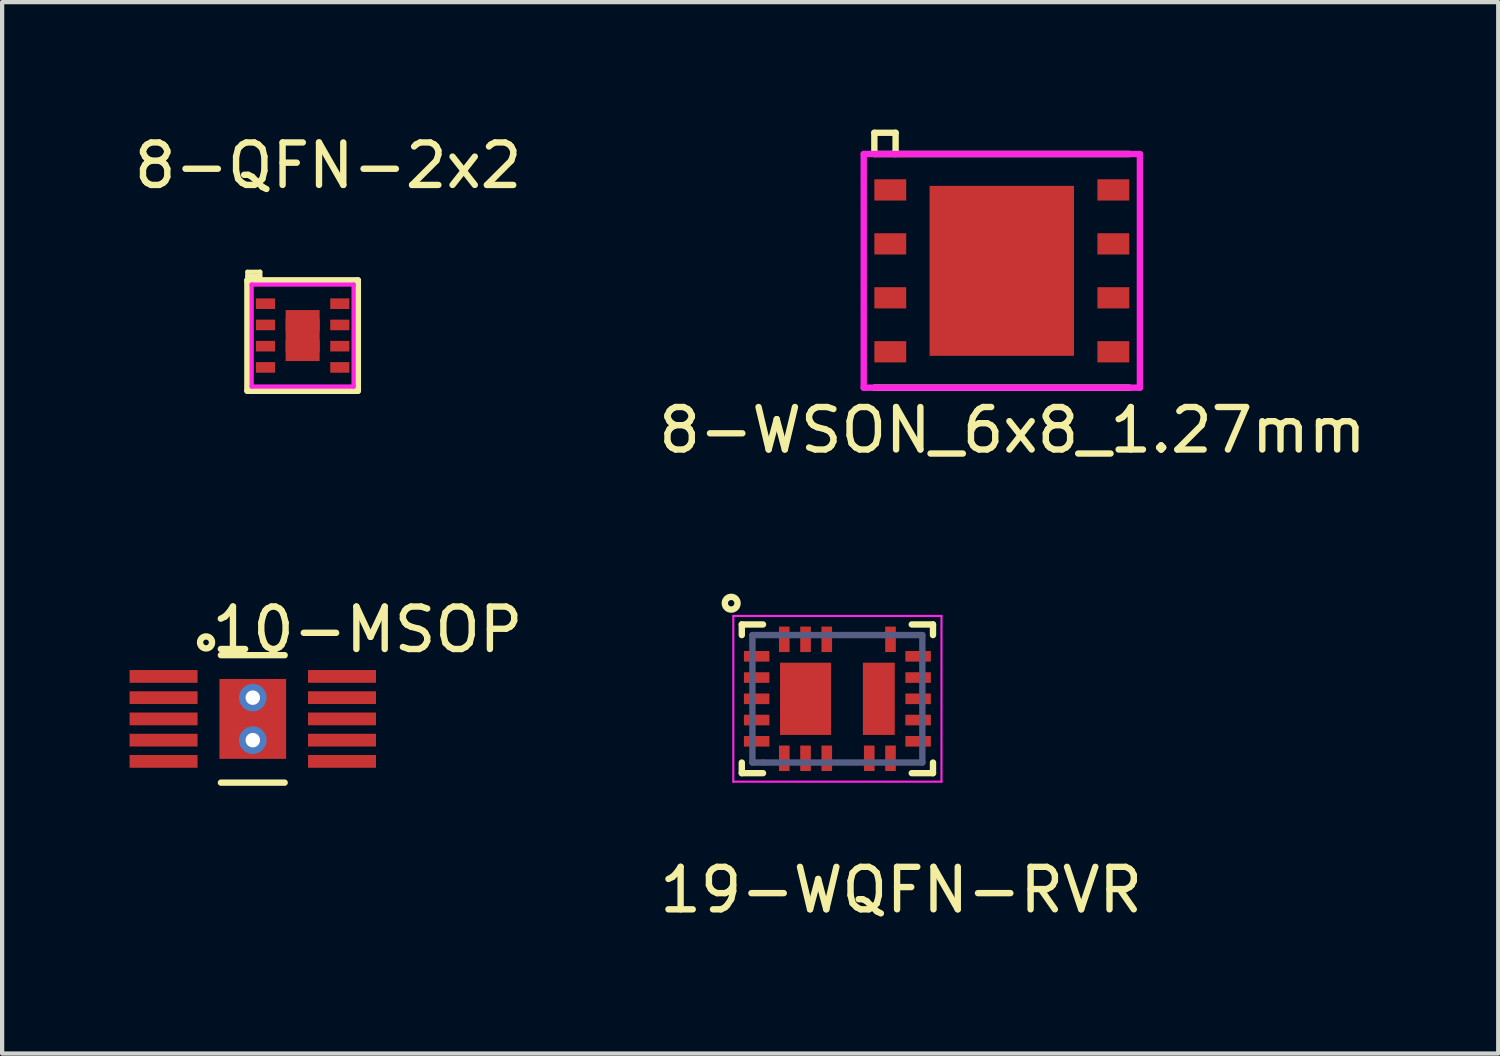
<source format=kicad_pcb>
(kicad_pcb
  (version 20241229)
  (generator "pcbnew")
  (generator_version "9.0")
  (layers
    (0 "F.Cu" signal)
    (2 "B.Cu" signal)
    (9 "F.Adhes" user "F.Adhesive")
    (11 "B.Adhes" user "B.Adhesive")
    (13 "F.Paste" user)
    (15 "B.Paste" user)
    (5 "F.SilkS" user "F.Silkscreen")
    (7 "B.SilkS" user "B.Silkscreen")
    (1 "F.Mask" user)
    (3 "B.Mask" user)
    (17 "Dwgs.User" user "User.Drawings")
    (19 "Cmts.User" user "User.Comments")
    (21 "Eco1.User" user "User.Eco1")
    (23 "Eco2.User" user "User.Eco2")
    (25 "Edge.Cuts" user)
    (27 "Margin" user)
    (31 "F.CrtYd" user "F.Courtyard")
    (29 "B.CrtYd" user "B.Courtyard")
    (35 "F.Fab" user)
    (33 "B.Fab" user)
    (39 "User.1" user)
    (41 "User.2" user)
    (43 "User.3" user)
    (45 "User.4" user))
  (footprint "8-QFN-2x2"
    (layer "F.Cu")
    (at 4.073 4.848)
    (property "Reference" "8-QFN-2x2" (at 0.6 -4 0) (layer "F.SilkS") (effects (font (size 1 1) (thickness 0.15))))
    (attr through_hole)
    (fp_line (start -1.3 -1.5) (end -1.3 -1.3) (stroke (width 0.1) (type solid)) (layer "F.SilkS"))
    (fp_line (start -1.3 -1.5) (end -1 -1.5) (stroke (width 0.1) (type solid)) (layer "F.SilkS"))
    (fp_line (start -1.3 -1.4) (end -1 -1.4) (stroke (width 0.1) (type solid)) (layer "F.SilkS"))
    (fp_line (start -1.3 -1.3) (end 1.3 -1.3) (stroke (width 0.15) (type solid)) (layer "F.SilkS"))
    (fp_line (start -1.3 1.3) (end -1.3 -1.3) (stroke (width 0.15) (type solid)) (layer "F.SilkS"))
    (fp_line (start -1 -1.5) (end -1 -1.4) (stroke (width 0.1) (type solid)) (layer "F.SilkS"))
    (fp_line (start -1 -1.5) (end -1 -1.3) (stroke (width 0.1) (type solid)) (layer "F.SilkS"))
    (fp_line (start 1.3 -1.3) (end 1.3 1.3) (stroke (width 0.15) (type solid)) (layer "F.SilkS"))
    (fp_line (start 1.3 1.3) (end -1.3 1.3) (stroke (width 0.15) (type solid)) (layer "F.SilkS"))
    (fp_line (start -1.2 -1.2) (end 1.2 -1.2) (stroke (width 0.1) (type solid)) (layer "F.CrtYd"))
    (fp_line (start -1.2 1.2) (end -1.2 -1.2) (stroke (width 0.1) (type solid)) (layer "F.CrtYd"))
    (fp_line (start 1.2 -1.2) (end 1.2 1.2) (stroke (width 0.1) (type solid)) (layer "F.CrtYd"))
    (fp_line (start 1.2 1.2) (end -1.2 1.2) (stroke (width 0.1) (type solid)) (layer "F.CrtYd"))
    (pad "" smd rect (at 0 -0.5) (size 0.8 0.3) (layers "F.Mask"))
    (pad "" smd rect (at 0 -0.48) (size 0.56 0.17) (layers "F.Paste"))
    (pad "" smd rect (at 0 0) (size 0.56 0.21) (layers "F.Paste"))
    (pad "" smd rect (at 0 0) (size 0.8 0.3) (layers "F.Mask"))
    (pad "" smd rect (at 0 0.5) (size 0.56 0.17) (layers "F.Paste"))
    (pad "" smd rect (at 0 0.5) (size 0.8 0.3) (layers "F.Mask"))
    (pad "1" smd rect (at -0.875 -0.75) (size 0.45 0.25) (layers "F.Cu" "F.Mask" "F.Paste"))
    (pad "2" smd rect (at -0.875 -0.25) (size 0.45 0.25) (layers "F.Cu" "F.Mask" "F.Paste"))
    (pad "3" smd rect (at -0.875 0.25) (size 0.45 0.25) (layers "F.Cu" "F.Mask" "F.Paste"))
    (pad "4" smd rect (at -0.875 0.75) (size 0.45 0.25) (layers "F.Cu" "F.Mask" "F.Paste"))
    (pad "5" smd rect (at 0.875 0.75) (size 0.45 0.25) (layers "F.Cu" "F.Mask" "F.Paste"))
    (pad "6" smd rect (at 0.875 0.25) (size 0.45 0.25) (layers "F.Cu" "F.Mask" "F.Paste"))
    (pad "7" smd rect (at 0.875 -0.25) (size 0.45 0.25) (layers "F.Cu" "F.Mask" "F.Paste"))
    (pad "8" smd rect (at 0.875 -0.75) (size 0.45 0.25) (layers "F.Cu" "F.Mask" "F.Paste"))
    (pad "9" smd rect (at 0 -0.25) (size 0.8 0.3) (layers "F.Cu"))
    (pad "9" smd rect (at 0 0) (size 0.8 1.2) (layers "F.Cu"))
    (pad "9" smd rect (at 0 0.25) (size 0.8 0.3) (layers "F.Cu")))
  (footprint "10-MSOP"
    (layer "F.Cu")
    (at 2.9 13.871)
    (property "Reference" "10-MSOP" (at 2.7 -2.1 0) (layer "F.SilkS") (effects (font (size 1 1) (thickness 0.15))))
    (attr through_hole)
    (fp_line (start -0.75 -1.5) (end 0.75 -1.5) (stroke (width 0.15) (type solid)) (layer "F.SilkS"))
    (fp_line (start -0.75 1.5) (end 0.75 1.5) (stroke (width 0.15) (type solid)) (layer "F.SilkS"))
    (fp_circle (center -1.1 -1.8) (end -1 -1.7) (stroke (width 0.15) (type solid)) (fill no) (layer "F.SilkS"))
    (pad "1" smd rect (at -2.1 -1) (size 1.6 0.3) (layers "F.Cu" "F.Mask" "F.Paste"))
    (pad "2" smd rect (at -2.1 -0.5) (size 1.6 0.3) (layers "F.Cu" "F.Mask" "F.Paste"))
    (pad "3" smd rect (at -2.1 0) (size 1.6 0.3) (layers "F.Cu" "F.Mask" "F.Paste"))
    (pad "4" smd rect (at -2.1 0.5) (size 1.6 0.3) (layers "F.Cu" "F.Mask" "F.Paste"))
    (pad "5" smd rect (at -2.1 1) (size 1.6 0.3) (layers "F.Cu" "F.Mask" "F.Paste"))
    (pad "6" smd rect (at 2.1 1) (size 1.6 0.3) (layers "F.Cu" "F.Mask" "F.Paste"))
    (pad "7" smd rect (at 2.1 0.5) (size 1.6 0.3) (layers "F.Cu" "F.Mask" "F.Paste"))
    (pad "8" smd rect (at 2.1 0) (size 1.6 0.3) (layers "F.Cu" "F.Mask" "F.Paste"))
    (pad "9" smd rect (at 2.1 -0.5) (size 1.6 0.3) (layers "F.Cu" "F.Mask" "F.Paste"))
    (pad "10" smd rect (at 2.1 -1) (size 1.6 0.3) (layers "F.Cu" "F.Mask" "F.Paste"))
    (pad "11" thru_hole circle (at 0 -0.5) (size 0.65 0.65) (drill 0.34) (layers "*.Cu" "F.Mask" "F.Paste"))
    (pad "11" smd rect (at 0 0) (size 1.57 1.88) (layers "F.Cu" "F.Mask" "F.Paste"))
    (pad "11" thru_hole circle (at 0 0.5) (size 0.65 0.65) (drill 0.34) (layers "*.Cu" "F.Mask" "F.Paste")))
  (footprint "19-WQFN-RVR"
    (layer "F.Cu")
    (at 16.66 13.398)
    (property "Reference" "19-WQFN-RVR" (at 1.5 4.5 0) (layer "F.SilkS") (effects (font (size 1 1) (thickness 0.15))))
    (attr smd)
    (fp_line (start -2.25 -1.75) (end -2.25 -1.5) (stroke (width 0.15) (type solid)) (layer "F.SilkS"))
    (fp_line (start -2.25 1.5) (end -2.25 1.75) (stroke (width 0.15) (type solid)) (layer "F.SilkS"))
    (fp_line (start -2.25 1.75) (end -1.75 1.75) (stroke (width 0.15) (type solid)) (layer "F.SilkS"))
    (fp_line (start -1.75 -1.75) (end -2.25 -1.75) (stroke (width 0.15) (type solid)) (layer "F.SilkS"))
    (fp_line (start 1.75 -1.75) (end 2.25 -1.75) (stroke (width 0.15) (type solid)) (layer "F.SilkS"))
    (fp_line (start 2.25 -1.75) (end 2.25 -1.5) (stroke (width 0.15) (type solid)) (layer "F.SilkS"))
    (fp_line (start 2.25 1.5) (end 2.25 1.75) (stroke (width 0.15) (type solid)) (layer "F.SilkS"))
    (fp_line (start 2.25 1.75) (end 1.75 1.75) (stroke (width 0.15) (type solid)) (layer "F.SilkS"))
    (fp_circle (center -2.5 -2.25) (end -2.35 -2.25) (stroke (width 0.15) (type solid)) (fill no) (layer "F.SilkS"))
    (fp_line (start -2.45 -1.95) (end 2.45 -1.95) (stroke (width 0.05) (type solid)) (layer "F.CrtYd"))
    (fp_line (start -2.45 1.95) (end -2.45 -1.95) (stroke (width 0.05) (type solid)) (layer "F.CrtYd"))
    (fp_line (start 2.45 -1.95) (end 2.45 1.95) (stroke (width 0.05) (type solid)) (layer "F.CrtYd"))
    (fp_line (start 2.45 1.95) (end -2.45 1.95) (stroke (width 0.05) (type solid)) (layer "F.CrtYd"))
    (fp_line (start -2 -1.5) (end 2 -1.5) (stroke (width 0.15) (type solid)) (layer "B.Fab"))
    (fp_line (start -2 1.5) (end -2 -1.5) (stroke (width 0.15) (type solid)) (layer "B.Fab"))
    (fp_line (start -1.75 1.5) (end -2 1.5) (stroke (width 0.15) (type solid)) (layer "B.Fab"))
    (fp_line (start 2 -1.5) (end 2 1.5) (stroke (width 0.15) (type solid)) (layer "B.Fab"))
    (fp_line (start 2 1.5) (end -1.75 1.5) (stroke (width 0.15) (type solid)) (layer "B.Fab"))
    (pad "1" smd rect (at -1.9 -1) (size 0.6 0.25) (layers "F.Cu" "F.Mask" "F.Paste"))
    (pad "2" smd rect (at -1.9 -0.5) (size 0.6 0.25) (layers "F.Cu" "F.Mask" "F.Paste"))
    (pad "3" smd rect (at -1.9 0) (size 0.6 0.25) (layers "F.Cu" "F.Mask" "F.Paste"))
    (pad "4" smd rect (at -1.9 0.5) (size 0.6 0.25) (layers "F.Cu" "F.Mask" "F.Paste"))
    (pad "5" smd rect (at -1.9 1) (size 0.6 0.25) (layers "F.Cu" "F.Mask" "F.Paste"))
    (pad "6" smd rect (at -1.25 1.4 90) (size 0.6 0.25) (layers "F.Cu" "F.Mask" "F.Paste"))
    (pad "7" smd rect (at -0.75 1.4 90) (size 0.6 0.25) (layers "F.Cu" "F.Mask" "F.Paste"))
    (pad "8" smd rect (at -0.25 1.4 90) (size 0.6 0.25) (layers "F.Cu" "F.Mask" "F.Paste"))
    (pad "9" smd rect (at 0.75 1.4 90) (size 0.6 0.25) (layers "F.Cu" "F.Mask" "F.Paste"))
    (pad "10" smd rect (at 1.25 1.4 90) (size 0.6 0.25) (layers "F.Cu" "F.Mask" "F.Paste"))
    (pad "11" smd rect (at 1.9 1 180) (size 0.6 0.25) (layers "F.Cu" "F.Mask" "F.Paste"))
    (pad "12" smd rect (at 1.9 0.5 180) (size 0.6 0.25) (layers "F.Cu" "F.Mask" "F.Paste"))
    (pad "13" smd rect (at 1.9 0 180) (size 0.6 0.25) (layers "F.Cu" "F.Mask" "F.Paste"))
    (pad "14" smd rect (at 1.9 -0.5 180) (size 0.6 0.25) (layers "F.Cu" "F.Mask" "F.Paste"))
    (pad "15" smd rect (at 1.9 -1 180) (size 0.6 0.25) (layers "F.Cu" "F.Mask" "F.Paste"))
    (pad "16" smd rect (at 1.25 -1.4 270) (size 0.6 0.25) (layers "F.Cu" "F.Mask" "F.Paste"))
    (pad "17" smd rect (at -0.25 -1.4 270) (size 0.6 0.25) (layers "F.Cu" "F.Mask" "F.Paste"))
    (pad "18" smd rect (at -0.75 -1.4 270) (size 0.6 0.25) (layers "F.Cu" "F.Mask" "F.Paste"))
    (pad "19" smd rect (at -1.25 -1.4 270) (size 0.6 0.25) (layers "F.Cu" "F.Mask" "F.Paste"))
    (pad "20" smd rect (at -0.75 0) (size 1.2 1.7) (layers "F.Cu" "F.Mask" "F.Paste"))
    (pad "21" smd rect (at 0.975 0) (size 0.75 1.7) (layers "F.Cu" "F.Mask" "F.Paste")))
  (footprint "8-WSON_6x8_1.27mm"
    (layer "F.Cu")
    (at 20.53 3.325)
    (property "Reference" "8-WSON_6x8_1.27mm" (at 0.25 3.75 0) (layer "F.SilkS") (effects (font (size 1 1) (thickness 0.15))))
    (attr through_hole)
    (fp_line (start -3 -3.25) (end -2.5 -3.25) (stroke (width 0.15) (type solid)) (layer "F.SilkS"))
    (fp_line (start -3 -2.75) (end -3 -3.25) (stroke (width 0.15) (type solid)) (layer "F.SilkS"))
    (fp_line (start -3 -2.75) (end 3 -2.75) (stroke (width 0.15) (type solid)) (layer "F.SilkS"))
    (fp_line (start -3 2.75) (end 3 2.75) (stroke (width 0.15) (type solid)) (layer "F.SilkS"))
    (fp_line (start -2.5 -3.25) (end -2.5 -2.75) (stroke (width 0.15) (type solid)) (layer "F.SilkS"))
    (fp_line (start -3.25 -2.75) (end -3.25 2.75) (stroke (width 0.15) (type solid)) (layer "F.CrtYd"))
    (fp_line (start -3.25 2.75) (end 3.25 2.75) (stroke (width 0.15) (type solid)) (layer "F.CrtYd"))
    (fp_line (start 3.25 -2.75) (end -3.25 -2.75) (stroke (width 0.15) (type solid)) (layer "F.CrtYd"))
    (fp_line (start 3.25 2.75) (end 3.25 -2.75) (stroke (width 0.15) (type solid)) (layer "F.CrtYd"))
    (pad "1" smd rect (at -2.625 -1.905) (size 0.75 0.5) (layers "F.Cu" "F.Mask" "F.Paste"))
    (pad "2" smd rect (at -2.625 -0.635) (size 0.75 0.5) (layers "F.Cu" "F.Mask" "F.Paste"))
    (pad "3" smd rect (at -2.625 0.635) (size 0.75 0.5) (layers "F.Cu" "F.Mask" "F.Paste"))
    (pad "4" smd rect (at -2.625 1.905) (size 0.75 0.5) (layers "F.Cu" "F.Mask" "F.Paste"))
    (pad "5" smd rect (at 2.625 1.905) (size 0.75 0.5) (layers "F.Cu" "F.Mask" "F.Paste"))
    (pad "6" smd rect (at 2.625 0.635) (size 0.75 0.5) (layers "F.Cu" "F.Mask" "F.Paste"))
    (pad "7" smd rect (at 2.625 -0.635) (size 0.75 0.5) (layers "F.Cu" "F.Mask" "F.Paste"))
    (pad "8" smd rect (at 2.625 -1.905) (size 0.75 0.5) (layers "F.Cu" "F.Mask" "F.Paste"))
    (pad "9" smd rect (at 0 0) (size 3.4 4) (layers "F.Cu" "F.Mask" "F.Paste")))
  (gr_rect
    (start -3 -3)
    (end 32.214 21.747)
    (stroke (width 0.1) (type default))
    (fill no)
    (layer "Edge.Cuts")))
</source>
